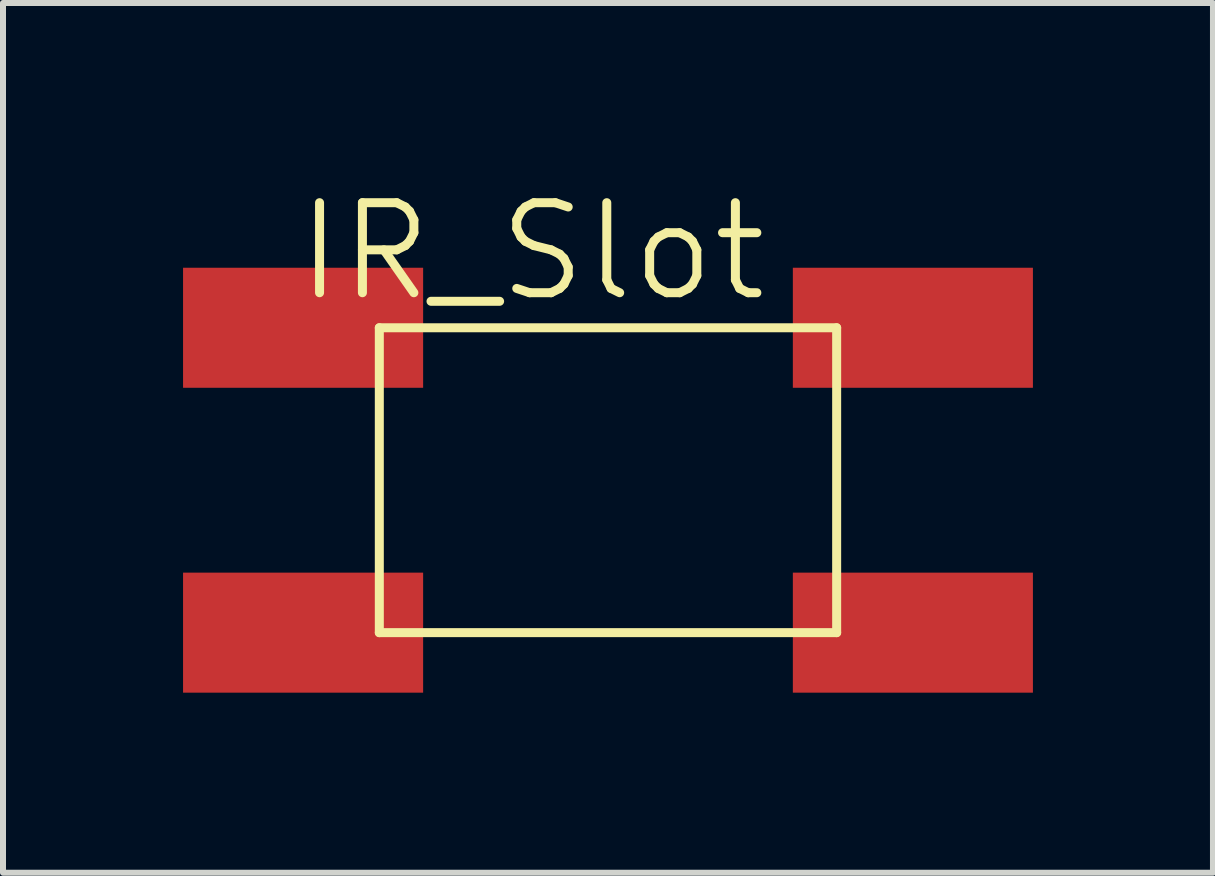
<source format=kicad_pcb>
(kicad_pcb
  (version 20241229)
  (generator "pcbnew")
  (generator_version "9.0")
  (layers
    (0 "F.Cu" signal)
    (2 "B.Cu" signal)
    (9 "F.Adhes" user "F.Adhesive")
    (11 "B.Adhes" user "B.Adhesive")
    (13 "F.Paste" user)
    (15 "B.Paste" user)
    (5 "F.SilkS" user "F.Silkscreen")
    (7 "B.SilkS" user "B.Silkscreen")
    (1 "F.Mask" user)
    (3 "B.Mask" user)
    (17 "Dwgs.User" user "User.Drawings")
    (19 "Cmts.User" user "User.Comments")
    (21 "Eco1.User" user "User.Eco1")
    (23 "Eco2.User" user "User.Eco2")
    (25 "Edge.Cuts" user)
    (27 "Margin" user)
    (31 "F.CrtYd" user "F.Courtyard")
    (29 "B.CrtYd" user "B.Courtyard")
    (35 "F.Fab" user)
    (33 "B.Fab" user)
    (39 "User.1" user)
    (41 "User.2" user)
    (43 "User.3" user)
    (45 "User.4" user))
  (footprint "IR_Slot"
    (layer "F.Cu")
    (at 3.27 2.411)
    (property "Reference" "IR_Slot" (at 2.54 -1.27 0) (layer "F.SilkS") (effects (font (size 1.5 1.5) (thickness 0.15))))
    (attr through_hole)
    (fp_line (start 0 0) (end 7.62 0) (stroke (width 0.15) (type solid)) (layer "F.SilkS"))
    (fp_line (start 0 5.08) (end 0 0) (stroke (width 0.15) (type solid)) (layer "F.SilkS"))
    (fp_line (start 7.62 0) (end 7.62 5.08) (stroke (width 0.15) (type solid)) (layer "F.SilkS"))
    (fp_line (start 7.62 5.08) (end 0 5.08) (stroke (width 0.15) (type solid)) (layer "F.SilkS"))
    (pad "1" smd rect (at -1.27 0 90) (size 2 4) (layers "F.Cu" "F.Mask" "F.Paste"))
    (pad "2" smd rect (at -1.27 5.08 90) (size 2 4) (layers "F.Cu" "F.Mask" "F.Paste"))
    (pad "3" smd rect (at 8.89 0 90) (size 2 4) (layers "F.Cu" "F.Mask" "F.Paste"))
    (pad "4" smd rect (at 8.89 5.08 90) (size 2 4) (layers "F.Cu" "F.Mask" "F.Paste")))
  (gr_rect
    (start -3 -3)
    (end 17.16 11.491)
    (stroke (width 0.1) (type default))
    (fill no)
    (layer "Edge.Cuts")))
</source>
